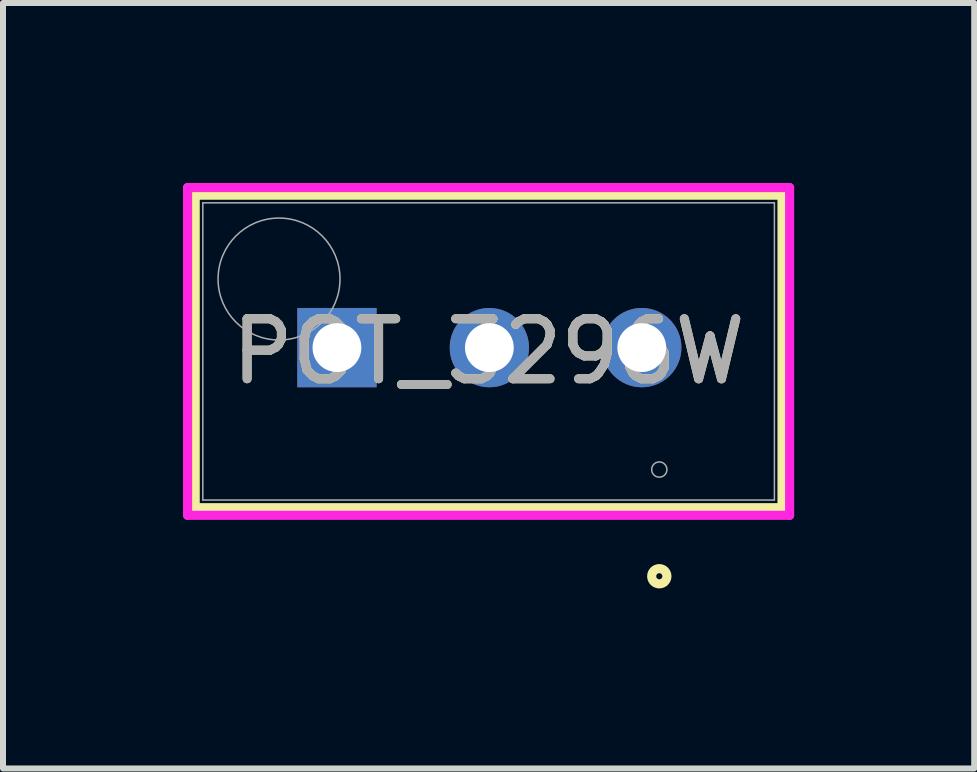
<source format=kicad_pcb>
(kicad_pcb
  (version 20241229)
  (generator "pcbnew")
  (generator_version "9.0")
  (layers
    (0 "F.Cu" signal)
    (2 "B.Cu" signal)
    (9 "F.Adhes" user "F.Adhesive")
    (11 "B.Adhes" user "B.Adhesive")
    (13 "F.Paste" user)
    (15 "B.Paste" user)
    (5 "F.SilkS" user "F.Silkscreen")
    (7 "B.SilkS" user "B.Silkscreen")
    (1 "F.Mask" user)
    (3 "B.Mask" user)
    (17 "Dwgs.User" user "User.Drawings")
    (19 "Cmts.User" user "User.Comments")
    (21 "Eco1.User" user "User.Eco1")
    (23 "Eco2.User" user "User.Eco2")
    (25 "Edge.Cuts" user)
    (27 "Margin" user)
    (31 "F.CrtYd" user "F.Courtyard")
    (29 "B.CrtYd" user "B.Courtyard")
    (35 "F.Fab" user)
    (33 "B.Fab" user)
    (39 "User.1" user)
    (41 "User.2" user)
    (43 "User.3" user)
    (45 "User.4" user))
  (footprint "POT_3296W"
    (layer "F.Cu")
    (at 2.565 2.743)
    (property "Reference" "POT_3296W" (at 2.527 0.064 0) (unlocked yes) (layer "F.SilkS") (effects (font (size 1 1) (thickness 0.15))))
    (attr through_hole)
    (fp_line (start -2.362 -2.54) (end -2.362 2.667) (stroke (width 0.152) (type solid)) (layer "F.SilkS"))
    (fp_line (start -2.362 2.667) (end 7.417 2.667) (stroke (width 0.152) (type solid)) (layer "F.SilkS"))
    (fp_line (start 7.417 -2.54) (end -2.362 -2.54) (stroke (width 0.152) (type solid)) (layer "F.SilkS"))
    (fp_line (start 7.417 2.667) (end 7.417 -2.54) (stroke (width 0.152) (type solid)) (layer "F.SilkS"))
    (fp_circle (center 5.372 3.81) (end 5.499 3.81) (stroke (width 0.152) (type solid)) (fill no) (layer "F.SilkS"))
    (fp_line (start -2.489 -2.667) (end 7.544 -2.667) (stroke (width 0.152) (type solid)) (layer "F.CrtYd"))
    (fp_line (start -2.489 2.794) (end -2.489 -2.667) (stroke (width 0.152) (type solid)) (layer "F.CrtYd"))
    (fp_line (start 7.544 -2.667) (end 7.544 2.794) (stroke (width 0.152) (type solid)) (layer "F.CrtYd"))
    (fp_line (start 7.544 2.794) (end -2.489 2.794) (stroke (width 0.152) (type solid)) (layer "F.CrtYd"))
    (fp_line (start -2.235 -2.413) (end -2.235 2.54) (stroke (width 0.025) (type solid)) (layer "F.Fab"))
    (fp_line (start -2.235 2.54) (end 7.29 2.54) (stroke (width 0.025) (type solid)) (layer "F.Fab"))
    (fp_line (start 7.29 -2.413) (end -2.235 -2.413) (stroke (width 0.025) (type solid)) (layer "F.Fab"))
    (fp_line (start 7.29 2.54) (end 7.29 -2.413) (stroke (width 0.025) (type solid)) (layer "F.Fab"))
    (fp_circle (center -0.965 -1.143) (end 0.051 -1.143) (stroke (width 0.025) (type solid)) (fill no) (layer "F.Fab"))
    (fp_circle (center 5.372 2.032) (end 5.499 2.032) (stroke (width 0.025) (type solid)) (fill no) (layer "F.Fab"))
    (fp_text user "${REFERENCE}" (at 2.527 0.064 0) (unlocked yes) (layer "F.Fab") (effects (font (size 1 1) (thickness 0.15))))
    (pad "1" thru_hole circle (at 5.08 0) (size 1.321 1.321) (drill 0.813) (layers "*.Cu" "*.Mask"))
    (pad "2" thru_hole circle (at 2.54 0) (size 1.321 1.321) (drill 0.813) (layers "*.Cu" "*.Mask"))
    (pad "3" thru_hole rect (at 0 0) (size 1.321 1.321) (drill 0.813) (layers "*.Cu" "*.Mask")))
  (gr_rect
    (start -3 -3)
    (end 13.185 9.756)
    (stroke (width 0.1) (type default))
    (fill no)
    (layer "Edge.Cuts")))
</source>
